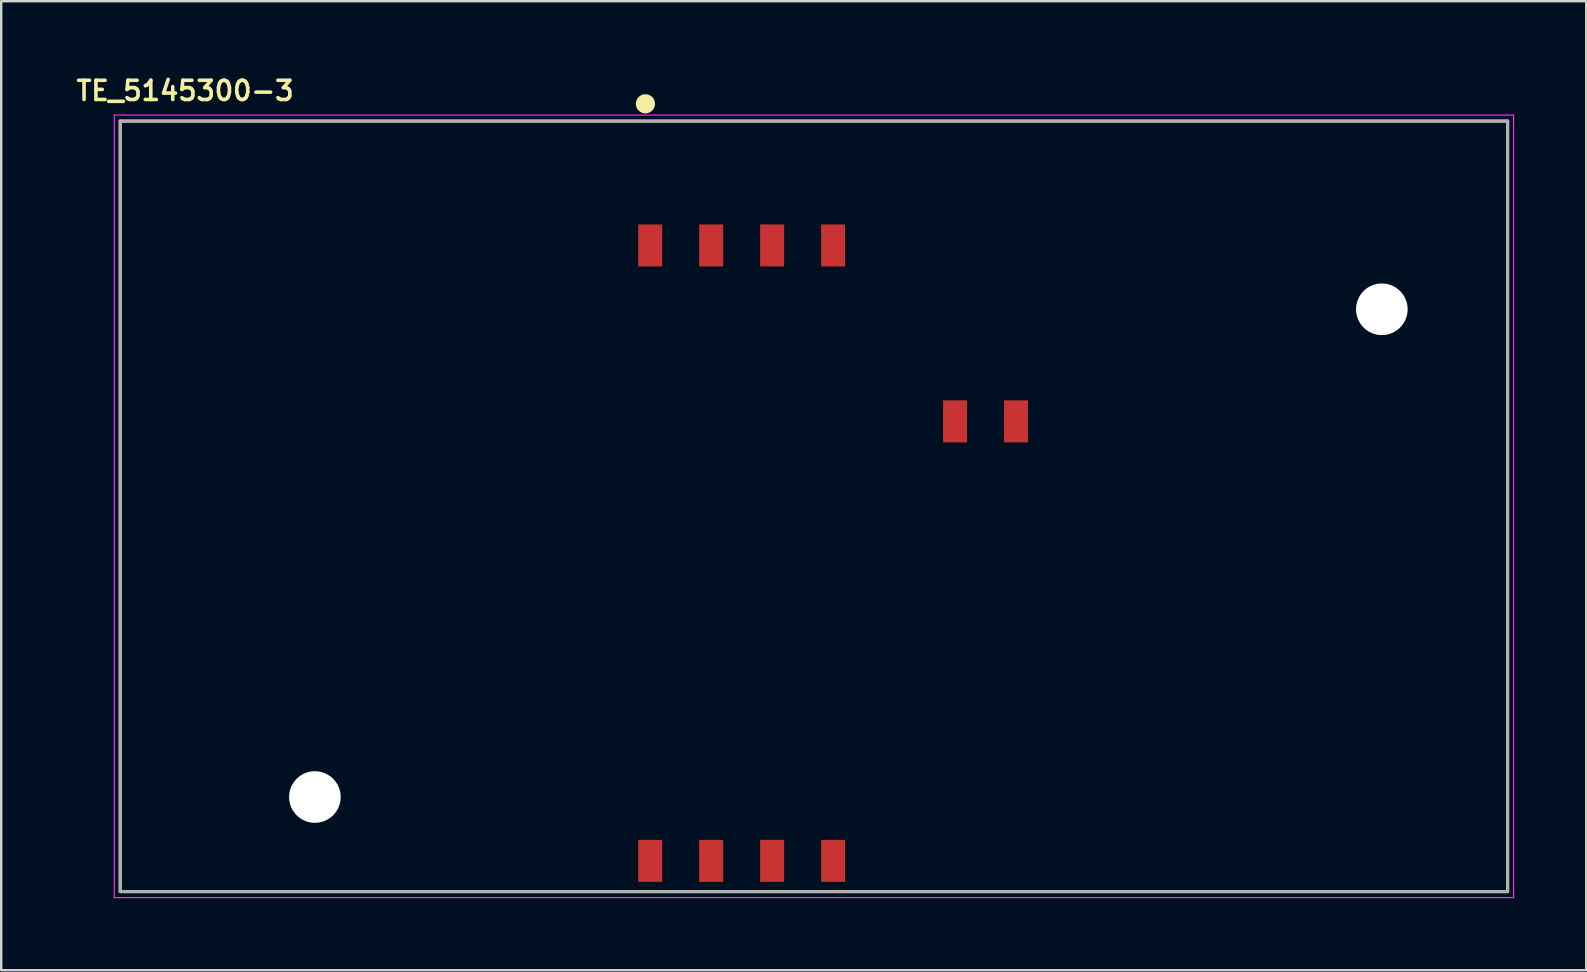
<source format=kicad_pcb>
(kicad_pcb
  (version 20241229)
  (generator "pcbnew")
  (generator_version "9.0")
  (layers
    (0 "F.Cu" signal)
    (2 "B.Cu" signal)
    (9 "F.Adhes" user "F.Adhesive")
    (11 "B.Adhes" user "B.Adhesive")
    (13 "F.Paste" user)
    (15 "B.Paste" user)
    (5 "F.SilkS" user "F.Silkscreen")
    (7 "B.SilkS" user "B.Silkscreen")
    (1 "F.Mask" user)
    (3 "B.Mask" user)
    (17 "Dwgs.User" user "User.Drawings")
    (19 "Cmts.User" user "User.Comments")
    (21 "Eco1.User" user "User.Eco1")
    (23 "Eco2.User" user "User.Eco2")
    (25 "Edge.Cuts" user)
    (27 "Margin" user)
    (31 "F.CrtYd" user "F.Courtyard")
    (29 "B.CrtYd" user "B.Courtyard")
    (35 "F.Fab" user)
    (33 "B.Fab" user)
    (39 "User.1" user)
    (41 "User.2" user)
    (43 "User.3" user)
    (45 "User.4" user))
  (footprint "TE_5145300-3"
    (layer "F.Cu")
    (at 30.859 18.045)
    (property "Reference" "TE_5145300-3" (at -26.198 -17.313 0) (layer "F.SilkS") (effects (font (size 0.8 0.8) (thickness 0.15))))
    (attr smd)
    (fp_line (start -28.9 -16.05) (end 28.9 -16.05) (stroke (width 0.127) (type solid)) (layer "F.SilkS"))
    (fp_line (start -28.9 16.05) (end -28.9 -16.05) (stroke (width 0.127) (type solid)) (layer "F.SilkS"))
    (fp_line (start 28.9 -16.05) (end 28.9 16.05) (stroke (width 0.127) (type solid)) (layer "F.SilkS"))
    (fp_line (start 28.9 16.05) (end -28.9 16.05) (stroke (width 0.127) (type solid)) (layer "F.SilkS"))
    (fp_circle (center -7.02 -16.77) (end -6.82 -16.77) (stroke (width 0.4) (type solid)) (fill no) (layer "F.SilkS"))
    (fp_line (start -29.15 -16.3) (end 29.15 -16.3) (stroke (width 0.05) (type solid)) (layer "F.CrtYd"))
    (fp_line (start -29.15 16.3) (end -29.15 -16.3) (stroke (width 0.05) (type solid)) (layer "F.CrtYd"))
    (fp_line (start 29.15 -16.3) (end 29.15 16.3) (stroke (width 0.05) (type solid)) (layer "F.CrtYd"))
    (fp_line (start 29.15 16.3) (end -29.15 16.3) (stroke (width 0.05) (type solid)) (layer "F.CrtYd"))
    (fp_line (start -28.9 -16.05) (end 28.9 -16.05) (stroke (width 0.127) (type solid)) (layer "F.Fab"))
    (fp_line (start -28.9 16.05) (end -28.9 -16.05) (stroke (width 0.127) (type solid)) (layer "F.Fab"))
    (fp_line (start 28.9 -16.05) (end 28.9 16.05) (stroke (width 0.127) (type solid)) (layer "F.Fab"))
    (fp_line (start 28.9 16.05) (end -28.9 16.05) (stroke (width 0.127) (type solid)) (layer "F.Fab"))
    (pad "" np_thru_hole circle (at -20.79 12.11) (size 2.15 2.15) (drill 2.15) (layers "*.Cu" "*.Mask"))
    (pad "" np_thru_hole circle (at 23.66 -8.21) (size 2.15 2.15) (drill 2.15) (layers "*.Cu" "*.Mask"))
    (pad "C1" smd rect (at -6.82 -10.87 90) (size 1.75 1) (layers "F.Cu" "F.Mask" "F.Paste"))
    (pad "C2" smd rect (at -4.28 -10.87 90) (size 1.75 1) (layers "F.Cu" "F.Mask" "F.Paste"))
    (pad "C3" smd rect (at -1.74 -10.87 90) (size 1.75 1) (layers "F.Cu" "F.Mask" "F.Paste"))
    (pad "C4" smd rect (at 0.8 -10.87 90) (size 1.75 1) (layers "F.Cu" "F.Mask" "F.Paste"))
    (pad "C5" smd rect (at -6.82 14.77 90) (size 1.75 1) (layers "F.Cu" "F.Mask" "F.Paste"))
    (pad "C6" smd rect (at -4.28 14.77 90) (size 1.75 1) (layers "F.Cu" "F.Mask" "F.Paste"))
    (pad "C7" smd rect (at -1.74 14.77 90) (size 1.75 1) (layers "F.Cu" "F.Mask" "F.Paste"))
    (pad "C8" smd rect (at 0.8 14.77 90) (size 1.75 1) (layers "F.Cu" "F.Mask" "F.Paste"))
    (pad "SW1" smd rect (at 5.88 -3.54 90) (size 1.75 1) (layers "F.Cu" "F.Mask" "F.Paste"))
    (pad "SW2" smd rect (at 8.42 -3.54 90) (size 1.75 1) (layers "F.Cu" "F.Mask" "F.Paste")))
  (gr_rect
    (start -3 -3)
    (end 63.034 37.37)
    (stroke (width 0.1) (type default))
    (fill no)
    (layer "Edge.Cuts")))
</source>
